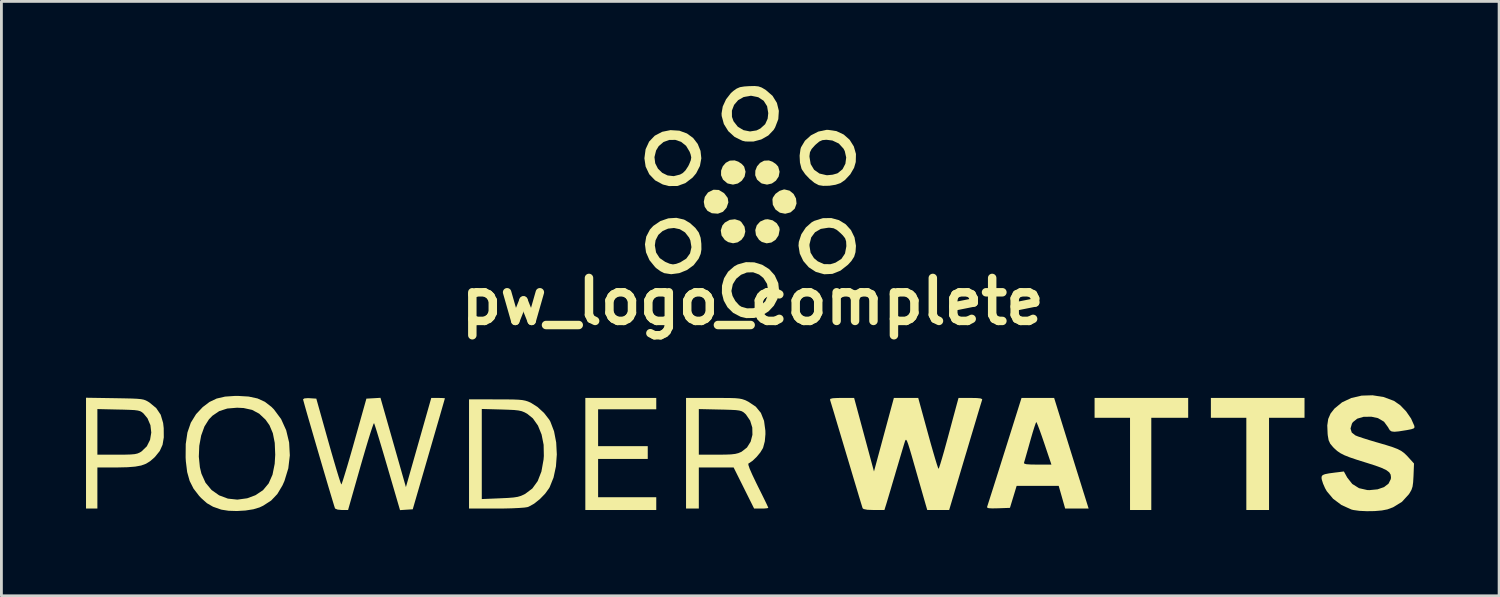
<source format=kicad_pcb>
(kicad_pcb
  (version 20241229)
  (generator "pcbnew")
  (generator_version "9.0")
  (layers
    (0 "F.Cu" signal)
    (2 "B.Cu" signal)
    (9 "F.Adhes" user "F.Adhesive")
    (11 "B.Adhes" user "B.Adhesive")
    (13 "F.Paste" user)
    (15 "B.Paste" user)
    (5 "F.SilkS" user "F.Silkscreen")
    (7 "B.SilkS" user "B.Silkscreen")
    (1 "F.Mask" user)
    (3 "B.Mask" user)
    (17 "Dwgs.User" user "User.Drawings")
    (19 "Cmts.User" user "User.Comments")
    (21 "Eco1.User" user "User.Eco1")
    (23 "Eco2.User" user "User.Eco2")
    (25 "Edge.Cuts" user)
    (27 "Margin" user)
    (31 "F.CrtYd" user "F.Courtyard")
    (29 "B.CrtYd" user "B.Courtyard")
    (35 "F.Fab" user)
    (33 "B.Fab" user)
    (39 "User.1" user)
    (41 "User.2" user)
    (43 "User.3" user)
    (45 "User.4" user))
  (footprint "pw_logo_complete"
    (layer "F.Cu")
    (at 23.64 7.64)
    (property "Reference" "pw_logo_complete" (at 0 0 0) (layer "F.SilkS") (effects (font (size 1.524 1.524) (thickness 0.3))))
    (attr board_only exclude_from_pos_files exclude_from_bom)
    (fp_poly (pts (xy 15.441 4.124) (xy 14.133 4.124) (xy 14.133 7.394) (xy 13.379 7.394) (xy 13.379 4.124) (xy 12.122 4.124) (xy 12.122 3.42) (xy 15.441 3.42)) (stroke (width 0) (type solid)) (fill yes) (layer "F.SilkS"))
    (fp_poly (pts (xy 19.566 4.124) (xy 18.308 4.124) (xy 18.308 7.394) (xy 17.503 7.394) (xy 17.503 4.124) (xy 16.246 4.124) (xy 16.246 3.42) (xy 19.566 3.42)) (stroke (width 0) (type solid)) (fill yes) (layer "F.SilkS"))
    (fp_poly (pts (xy -3.42 3.823) (xy -5.482 3.823) (xy -5.482 5.13) (xy -3.722 5.13) (xy -3.722 5.583) (xy -5.482 5.583) (xy -5.482 6.941) (xy -3.42 6.941) (xy -3.42 7.394) (xy -5.935 7.394) (xy -5.935 3.42) (xy -3.42 3.42)) (stroke (width 0) (type solid)) (fill yes) (layer "F.SilkS"))
    (fp_poly (pts (xy -0.463 -2.864) (xy -0.404 -2.818) (xy -0.291 -2.651) (xy -0.262 -2.48) (xy -0.303 -2.32) (xy -0.398 -2.187) (xy -0.535 -2.096) (xy -0.697 -2.064) (xy -0.871 -2.105) (xy -0.988 -2.181) (xy -1.104 -2.339) (xy -1.133 -2.52) (xy -1.075 -2.696) (xy -0.988 -2.798) (xy -0.817 -2.893) (xy -0.631 -2.915)) (stroke (width 0) (type solid)) (fill yes) (layer "F.SilkS"))
    (fp_poly (pts (xy 0.707 -2.877) (xy 0.853 -2.773) (xy 0.941 -2.63) (xy 0.956 -2.545) (xy 0.916 -2.343) (xy 0.812 -2.188) (xy 0.664 -2.091) (xy 0.494 -2.062) (xy 0.323 -2.111) (xy 0.224 -2.186) (xy 0.115 -2.353) (xy 0.091 -2.532) (xy 0.143 -2.699) (xy 0.261 -2.832) (xy 0.435 -2.908) (xy 0.533 -2.917)) (stroke (width 0) (type solid)) (fill yes) (layer "F.SilkS"))
    (fp_poly (pts (xy 1.308 -3.929) (xy 1.449 -3.814) (xy 1.535 -3.653) (xy 1.554 -3.472) (xy 1.492 -3.297) (xy 1.485 -3.286) (xy 1.339 -3.158) (xy 1.152 -3.111) (xy 0.963 -3.148) (xy 0.806 -3.262) (xy 0.713 -3.429) (xy 0.699 -3.617) (xy 0.715 -3.682) (xy 0.805 -3.815) (xy 0.951 -3.922) (xy 1.108 -3.973) (xy 1.127 -3.973)) (stroke (width 0) (type solid)) (fill yes) (layer "F.SilkS"))
    (fp_poly (pts (xy -1.203 -3.954) (xy -1.025 -3.848) (xy -1.002 -3.826) (xy -0.886 -3.671) (xy -0.863 -3.513) (xy -0.927 -3.327) (xy -0.929 -3.323) (xy -1.054 -3.181) (xy -1.234 -3.113) (xy -1.448 -3.129) (xy -1.45 -3.129) (xy -1.606 -3.216) (xy -1.703 -3.359) (xy -1.735 -3.532) (xy -1.699 -3.708) (xy -1.59 -3.859) (xy -1.572 -3.874) (xy -1.389 -3.963)) (stroke (width 0) (type solid)) (fill yes) (layer "F.SilkS"))
    (fp_poly (pts (xy -0.508 -4.957) (xy -0.386 -4.874) (xy -0.304 -4.783) (xy -0.303 -4.781) (xy -0.254 -4.6) (xy -0.287 -4.429) (xy -0.385 -4.284) (xy -0.528 -4.183) (xy -0.7 -4.144) (xy -0.882 -4.183) (xy -0.911 -4.198) (xy -1.055 -4.323) (xy -1.122 -4.476) (xy -1.121 -4.639) (xy -1.062 -4.793) (xy -0.956 -4.917) (xy -0.813 -4.994) (xy -0.642 -5.003)) (stroke (width 0) (type solid)) (fill yes) (layer "F.SilkS"))
    (fp_poly (pts (xy 0.7 -4.957) (xy 0.821 -4.874) (xy 0.903 -4.783) (xy 0.904 -4.781) (xy 0.953 -4.6) (xy 0.92 -4.429) (xy 0.823 -4.284) (xy 0.679 -4.183) (xy 0.507 -4.144) (xy 0.325 -4.183) (xy 0.295 -4.199) (xy 0.153 -4.322) (xy 0.089 -4.475) (xy 0.093 -4.638) (xy 0.153 -4.791) (xy 0.26 -4.915) (xy 0.403 -4.992) (xy 0.572 -5.001)) (stroke (width 0) (type solid)) (fill yes) (layer "F.SilkS"))
    (fp_poly (pts (xy -2.602 -6.056) (xy -2.332 -5.958) (xy -2.112 -5.797) (xy -1.95 -5.586) (xy -1.851 -5.341) (xy -1.822 -5.076) (xy -1.872 -4.805) (xy -2.005 -4.544) (xy -2.131 -4.394) (xy -2.39 -4.196) (xy -2.672 -4.095) (xy -2.973 -4.093) (xy -3.187 -4.148) (xy -3.461 -4.295) (xy -3.668 -4.511) (xy -3.797 -4.783) (xy -3.841 -5.08) (xy -3.835 -5.119) (xy -3.484 -5.119) (xy -3.457 -4.9) (xy -3.36 -4.71) (xy -3.209 -4.562) (xy -3.018 -4.469) (xy -2.802 -4.444) (xy -2.578 -4.5) (xy -2.48 -4.554) (xy -2.384 -4.649) (xy -2.288 -4.795) (xy -2.254 -4.863) (xy -2.196 -5.007) (xy -2.179 -5.108) (xy -2.203 -5.218) (xy -2.237 -5.31) (xy -2.363 -5.52) (xy -2.539 -5.66) (xy -2.744 -5.73) (xy -2.959 -5.728) (xy -3.163 -5.654) (xy -3.334 -5.507) (xy -3.426 -5.355) (xy -3.484 -5.119) (xy -3.835 -5.119) (xy -3.798 -5.399) (xy -3.673 -5.669) (xy -3.474 -5.878) (xy -3.209 -6.017) (xy -2.915 -6.076)) (stroke (width 0) (type solid)) (fill yes) (layer "F.SilkS"))
    (fp_poly (pts (xy 0.055 -1.388) (xy 0.335 -1.302) (xy 0.583 -1.147) (xy 0.779 -0.93) (xy 0.903 -0.66) (xy 0.907 -0.649) (xy 0.937 -0.363) (xy 0.88 -0.092) (xy 0.75 0.15) (xy 0.561 0.351) (xy 0.326 0.5) (xy 0.059 0.584) (xy -0.226 0.59) (xy -0.428 0.543) (xy -0.694 0.404) (xy -0.894 0.206) (xy -1.027 -0.032) (xy -1.093 -0.295) (xy -1.092 -0.364) (xy -0.754 -0.364) (xy -0.715 -0.195) (xy -0.615 -0.015) (xy -0.481 0.133) (xy -0.401 0.187) (xy -0.201 0.243) (xy 0.025 0.239) (xy 0.229 0.179) (xy 0.273 0.154) (xy 0.448 -0.009) (xy 0.536 -0.214) (xy 0.551 -0.367) (xy 0.509 -0.624) (xy 0.378 -0.833) (xy 0.226 -0.956) (xy 0.013 -1.035) (xy -0.206 -1.029) (xy -0.412 -0.948) (xy -0.585 -0.806) (xy -0.705 -0.613) (xy -0.754 -0.382) (xy -0.754 -0.364) (xy -1.092 -0.364) (xy -1.089 -0.564) (xy -1.016 -0.824) (xy -0.873 -1.056) (xy -0.657 -1.245) (xy -0.53 -1.314) (xy -0.24 -1.395)) (stroke (width 0) (type solid)) (fill yes) (layer "F.SilkS"))
    (fp_poly (pts (xy -2.434 -2.904) (xy -2.228 -2.784) (xy -2.034 -2.609) (xy -1.913 -2.445) (xy -1.847 -2.26) (xy -1.822 -2.049) (xy -1.819 -1.844) (xy -1.845 -1.689) (xy -1.91 -1.535) (xy -1.924 -1.509) (xy -2.095 -1.286) (xy -2.331 -1.115) (xy -2.605 -1.005) (xy -2.891 -0.967) (xy -3.139 -1.005) (xy -3.266 -1.069) (xy -3.411 -1.174) (xy -3.459 -1.217) (xy -3.662 -1.467) (xy -3.783 -1.742) (xy -3.816 -1.989) (xy -3.47 -1.989) (xy -3.427 -1.737) (xy -3.3 -1.54) (xy -3.103 -1.405) (xy -2.943 -1.338) (xy -2.829 -1.315) (xy -2.714 -1.334) (xy -2.567 -1.388) (xy -2.356 -1.52) (xy -2.222 -1.705) (xy -2.172 -1.926) (xy -2.211 -2.165) (xy -2.255 -2.264) (xy -2.4 -2.45) (xy -2.586 -2.563) (xy -2.792 -2.606) (xy -3.001 -2.583) (xy -3.192 -2.5) (xy -3.347 -2.361) (xy -3.445 -2.169) (xy -3.47 -1.989) (xy -3.816 -1.989) (xy -3.821 -2.026) (xy -3.775 -2.301) (xy -3.645 -2.55) (xy -3.526 -2.68) (xy -3.273 -2.852) (xy -2.992 -2.948) (xy -2.705 -2.966)) (stroke (width 0) (type solid)) (fill yes) (layer "F.SilkS"))
    (fp_poly (pts (xy 0.201 -7.627) (xy 0.316 -7.587) (xy 0.448 -7.51) (xy 0.463 -7.5) (xy 0.702 -7.293) (xy 0.858 -7.041) (xy 0.927 -6.759) (xy 0.907 -6.464) (xy 0.794 -6.17) (xy 0.74 -6.081) (xy 0.552 -5.885) (xy 0.303 -5.745) (xy 0.025 -5.671) (xy -0.255 -5.673) (xy -0.366 -5.699) (xy -0.641 -5.834) (xy -0.865 -6.038) (xy -1.023 -6.292) (xy -1.1 -6.576) (xy -1.105 -6.666) (xy -1.088 -6.767) (xy -0.738 -6.767) (xy -0.736 -6.546) (xy -0.68 -6.39) (xy -0.529 -6.197) (xy -0.327 -6.075) (xy -0.096 -6.029) (xy 0.137 -6.066) (xy 0.273 -6.134) (xy 0.442 -6.287) (xy 0.53 -6.482) (xy 0.551 -6.679) (xy 0.51 -6.924) (xy 0.389 -7.116) (xy 0.199 -7.242) (xy -0.048 -7.293) (xy -0.075 -7.293) (xy -0.318 -7.251) (xy -0.517 -7.138) (xy -0.661 -6.97) (xy -0.738 -6.767) (xy -1.088 -6.767) (xy -1.063 -6.914) (xy -0.946 -7.167) (xy -0.772 -7.391) (xy -0.688 -7.465) (xy -0.569 -7.549) (xy -0.452 -7.599) (xy -0.3 -7.624) (xy -0.135 -7.635) (xy 0.064 -7.64)) (stroke (width 0) (type solid)) (fill yes) (layer "F.SilkS"))
    (fp_poly (pts (xy 3.058 -2.884) (xy 3.296 -2.738) (xy 3.484 -2.531) (xy 3.61 -2.273) (xy 3.661 -1.974) (xy 3.645 -1.748) (xy 3.597 -1.587) (xy 3.498 -1.434) (xy 3.376 -1.301) (xy 3.11 -1.092) (xy 2.827 -0.979) (xy 2.535 -0.965) (xy 2.238 -1.049) (xy 2.238 -1.049) (xy 1.988 -1.212) (xy 1.794 -1.435) (xy 1.669 -1.698) (xy 1.625 -1.972) (xy 2.013 -1.972) (xy 2.052 -1.729) (xy 2.172 -1.536) (xy 2.309 -1.422) (xy 2.527 -1.325) (xy 2.758 -1.322) (xy 2.936 -1.377) (xy 3.145 -1.51) (xy 3.272 -1.7) (xy 3.319 -1.95) (xy 3.32 -1.976) (xy 3.312 -2.131) (xy 3.276 -2.241) (xy 3.193 -2.346) (xy 3.116 -2.422) (xy 2.982 -2.538) (xy 2.868 -2.596) (xy 2.733 -2.615) (xy 2.679 -2.615) (xy 2.416 -2.574) (xy 2.211 -2.456) (xy 2.074 -2.272) (xy 2.014 -2.029) (xy 2.013 -1.972) (xy 1.625 -1.972) (xy 1.624 -1.978) (xy 1.635 -2.114) (xy 1.724 -2.384) (xy 1.885 -2.626) (xy 2.095 -2.811) (xy 2.181 -2.858) (xy 2.487 -2.954) (xy 2.784 -2.959)) (stroke (width 0) (type solid)) (fill yes) (layer "F.SilkS"))
    (fp_poly (pts (xy -22.621 3.429) (xy -22.277 3.435) (xy -22.017 3.441) (xy -21.827 3.45) (xy -21.69 3.463) (xy -21.592 3.482) (xy -21.516 3.51) (xy -21.447 3.547) (xy -21.389 3.584) (xy -21.15 3.781) (xy -20.992 4.016) (xy -20.906 4.307) (xy -20.885 4.49) (xy -20.882 4.82) (xy -20.926 5.082) (xy -21.025 5.301) (xy -21.187 5.502) (xy -21.224 5.54) (xy -21.365 5.662) (xy -21.512 5.753) (xy -21.683 5.816) (xy -21.895 5.855) (xy -22.168 5.877) (xy -22.518 5.885) (xy -22.611 5.885) (xy -23.237 5.885) (xy -23.237 7.343) (xy -23.64 7.343) (xy -23.64 3.815) (xy -23.237 3.815) (xy -23.237 5.432) (xy -22.541 5.432) (xy -22.258 5.431) (xy -22.056 5.425) (xy -21.916 5.413) (xy -21.816 5.391) (xy -21.737 5.357) (xy -21.673 5.318) (xy -21.485 5.137) (xy -21.369 4.906) (xy -21.326 4.648) (xy -21.356 4.386) (xy -21.461 4.141) (xy -21.6 3.973) (xy -21.657 3.925) (xy -21.719 3.89) (xy -21.802 3.867) (xy -21.926 3.851) (xy -22.107 3.842) (xy -22.363 3.834) (xy -22.487 3.832) (xy -23.237 3.815) (xy -23.64 3.815) (xy -23.64 3.413)) (stroke (width 0) (type solid)) (fill yes) (layer "F.SilkS"))
    (fp_poly (pts (xy 2.967 -6.042) (xy 3.228 -5.919) (xy 3.437 -5.733) (xy 3.585 -5.498) (xy 3.661 -5.231) (xy 3.654 -4.945) (xy 3.594 -4.739) (xy 3.459 -4.508) (xy 3.272 -4.308) (xy 3.114 -4.198) (xy 2.939 -4.139) (xy 2.717 -4.104) (xy 2.497 -4.1) (xy 2.343 -4.124) (xy 2.19 -4.205) (xy 2.019 -4.345) (xy 1.861 -4.512) (xy 1.746 -4.678) (xy 1.729 -4.714) (xy 1.675 -4.924) (xy 1.665 -5.131) (xy 2.012 -5.131) (xy 2.055 -4.873) (xy 2.176 -4.671) (xy 2.365 -4.537) (xy 2.613 -4.479) (xy 2.656 -4.478) (xy 2.832 -4.495) (xy 2.992 -4.54) (xy 3.019 -4.553) (xy 3.186 -4.691) (xy 3.286 -4.884) (xy 3.315 -5.105) (xy 3.265 -5.33) (xy 3.221 -5.417) (xy 3.053 -5.601) (xy 2.825 -5.708) (xy 2.612 -5.734) (xy 2.471 -5.721) (xy 2.358 -5.67) (xy 2.231 -5.562) (xy 2.207 -5.539) (xy 2.088 -5.406) (xy 2.03 -5.294) (xy 2.012 -5.16) (xy 2.012 -5.131) (xy 1.665 -5.131) (xy 1.663 -5.172) (xy 1.694 -5.403) (xy 1.713 -5.467) (xy 1.852 -5.7) (xy 2.064 -5.891) (xy 2.324 -6.024) (xy 2.609 -6.084) (xy 2.666 -6.086)) (stroke (width 0) (type solid)) (fill yes) (layer "F.SilkS"))
    (fp_poly (pts (xy 11.13 4.841) (xy 11.252 5.234) (xy 11.374 5.625) (xy 11.489 5.995) (xy 11.593 6.326) (xy 11.678 6.599) (xy 11.739 6.796) (xy 11.742 6.803) (xy 11.911 7.343) (xy 11.079 7.343) (xy 10.965 6.941) (xy 10.85 6.539) (xy 9.358 6.539) (xy 9.24 6.928) (xy 9.121 7.318) (xy 8.704 7.333) (xy 8.493 7.337) (xy 8.368 7.33) (xy 8.314 7.309) (xy 8.311 7.283) (xy 8.331 7.222) (xy 8.378 7.075) (xy 8.448 6.855) (xy 8.539 6.57) (xy 8.646 6.232) (xy 8.766 5.852) (xy 8.807 5.721) (xy 9.618 5.721) (xy 9.633 5.751) (xy 9.711 5.771) (xy 9.866 5.781) (xy 10.094 5.784) (xy 10.592 5.784) (xy 10.338 5.03) (xy 10.25 4.773) (xy 10.172 4.554) (xy 10.109 4.389) (xy 10.068 4.293) (xy 10.056 4.275) (xy 10.033 4.321) (xy 9.989 4.447) (xy 9.93 4.635) (xy 9.862 4.868) (xy 9.834 4.967) (xy 9.763 5.22) (xy 9.7 5.44) (xy 9.652 5.609) (xy 9.623 5.707) (xy 9.618 5.721) (xy 8.807 5.721) (xy 8.896 5.439) (xy 8.934 5.319) (xy 9.531 3.421) (xy 10.11 3.421) (xy 10.688 3.42)) (stroke (width 0) (type solid)) (fill yes) (layer "F.SilkS"))
    (fp_poly (pts (xy -9.091 3.471) (xy -8.752 3.472) (xy -8.496 3.475) (xy -8.307 3.483) (xy -8.168 3.496) (xy -8.061 3.517) (xy -7.969 3.546) (xy -7.876 3.587) (xy -7.871 3.589) (xy -7.631 3.74) (xy -7.4 3.952) (xy -7.216 4.189) (xy -7.174 4.262) (xy -7.044 4.604) (xy -6.968 5.001) (xy -6.946 5.424) (xy -6.977 5.848) (xy -7.062 6.243) (xy -7.199 6.583) (xy -7.221 6.622) (xy -7.363 6.818) (xy -7.549 7.009) (xy -7.751 7.17) (xy -7.941 7.275) (xy -7.991 7.292) (xy -8.099 7.308) (xy -8.288 7.322) (xy -8.538 7.334) (xy -8.829 7.341) (xy -9.116 7.343) (xy -10.059 7.343) (xy -10.059 3.811) (xy -9.607 3.811) (xy -9.607 7.006) (xy -8.958 6.979) (xy -8.681 6.966) (xy -8.481 6.95) (xy -8.334 6.927) (xy -8.218 6.893) (xy -8.108 6.843) (xy -8.065 6.82) (xy -7.814 6.631) (xy -7.624 6.368) (xy -7.492 6.029) (xy -7.417 5.61) (xy -7.406 5.478) (xy -7.414 5.082) (xy -7.486 4.718) (xy -7.615 4.4) (xy -7.795 4.145) (xy -7.996 3.982) (xy -8.095 3.928) (xy -8.191 3.89) (xy -8.306 3.865) (xy -8.46 3.848) (xy -8.676 3.838) (xy -8.915 3.83) (xy -9.607 3.811) (xy -10.059 3.811) (xy -10.059 3.47)) (stroke (width 0) (type solid)) (fill yes) (layer "F.SilkS"))
    (fp_poly (pts (xy -1.056 3.421) (xy -0.804 3.423) (xy -0.618 3.429) (xy -0.481 3.442) (xy -0.377 3.462) (xy -0.289 3.491) (xy -0.199 3.532) (xy -0.147 3.559) (xy 0.109 3.73) (xy 0.29 3.951) (xy 0.402 4.232) (xy 0.449 4.582) (xy 0.451 4.703) (xy 0.429 4.957) (xy 0.371 5.177) (xy 0.359 5.206) (xy 0.268 5.355) (xy 0.138 5.512) (xy -0.004 5.648) (xy -0.13 5.734) (xy -0.152 5.743) (xy -0.154 5.795) (xy -0.108 5.931) (xy -0.013 6.147) (xy 0.128 6.442) (xy 0.17 6.527) (xy 0.296 6.78) (xy 0.405 7.001) (xy 0.489 7.174) (xy 0.54 7.285) (xy 0.553 7.318) (xy 0.508 7.332) (xy 0.392 7.342) (xy 0.302 7.343) (xy 0.05 7.343) (xy -0.677 5.885) (xy -1.911 5.885) (xy -1.911 7.343) (xy -2.364 7.343) (xy -2.364 3.815) (xy -1.911 3.815) (xy -1.911 5.432) (xy -1.255 5.432) (xy -0.973 5.43) (xy -0.769 5.422) (xy -0.622 5.405) (xy -0.509 5.377) (xy -0.41 5.335) (xy -0.397 5.329) (xy -0.203 5.178) (xy -0.073 4.97) (xy -0.01 4.727) (xy -0.015 4.471) (xy -0.091 4.225) (xy -0.239 4.008) (xy -0.274 3.973) (xy -0.331 3.925) (xy -0.393 3.89) (xy -0.476 3.867) (xy -0.6 3.851) (xy -0.781 3.842) (xy -1.038 3.834) (xy -1.161 3.832) (xy -1.911 3.815) (xy -2.364 3.815) (xy -2.364 3.42) (xy -1.392 3.42)) (stroke (width 0) (type solid)) (fill yes) (layer "F.SilkS"))
    (fp_poly (pts (xy -17.873 3.371) (xy -17.56 3.438) (xy -17.297 3.558) (xy -17.064 3.738) (xy -16.977 3.826) (xy -16.722 4.17) (xy -16.542 4.567) (xy -16.438 5.001) (xy -16.413 5.456) (xy -16.467 5.916) (xy -16.604 6.365) (xy -16.675 6.523) (xy -16.856 6.827) (xy -17.075 7.058) (xy -17.356 7.24) (xy -17.486 7.302) (xy -17.705 7.368) (xy -17.985 7.412) (xy -18.291 7.43) (xy -18.586 7.421) (xy -18.832 7.383) (xy -18.861 7.375) (xy -19.136 7.278) (xy -19.354 7.152) (xy -19.556 6.971) (xy -19.632 6.89) (xy -19.827 6.637) (xy -19.965 6.364) (xy -20.053 6.05) (xy -20.1 5.67) (xy -20.108 5.536) (xy -20.108 5.502) (xy -19.64 5.502) (xy -19.602 5.88) (xy -19.548 6.105) (xy -19.403 6.426) (xy -19.189 6.684) (xy -18.92 6.874) (xy -18.61 6.99) (xy -18.273 7.026) (xy -17.923 6.978) (xy -17.633 6.87) (xy -17.365 6.692) (xy -17.164 6.451) (xy -17.027 6.141) (xy -16.95 5.757) (xy -16.931 5.432) (xy -16.948 5.015) (xy -17.015 4.672) (xy -17.135 4.388) (xy -17.275 4.19) (xy -17.499 3.979) (xy -17.752 3.844) (xy -18.054 3.778) (xy -18.283 3.767) (xy -18.632 3.796) (xy -18.917 3.888) (xy -19.157 4.051) (xy -19.281 4.179) (xy -19.441 4.433) (xy -19.557 4.754) (xy -19.624 5.118) (xy -19.64 5.502) (xy -20.108 5.502) (xy -20.104 5.055) (xy -20.044 4.647) (xy -19.924 4.298) (xy -19.738 3.996) (xy -19.503 3.746) (xy -19.264 3.564) (xy -19.008 3.442) (xy -18.71 3.373) (xy -18.348 3.348) (xy -18.258 3.348)) (stroke (width 0) (type solid)) (fill yes) (layer "F.SilkS"))
    (fp_poly (pts (xy -12.748 4.999) (xy -12.297 6.582) (xy -11.398 3.42) (xy -11.156 3.42) (xy -11.016 3.423) (xy -10.929 3.429) (xy -10.915 3.433) (xy -10.928 3.482) (xy -10.967 3.618) (xy -11.028 3.83) (xy -11.108 4.108) (xy -11.205 4.441) (xy -11.315 4.82) (xy -11.435 5.234) (xy -11.485 5.407) (xy -12.055 7.369) (xy -12.28 7.383) (xy -12.506 7.398) (xy -12.951 5.875) (xy -13.061 5.5) (xy -13.163 5.156) (xy -13.254 4.855) (xy -13.329 4.609) (xy -13.386 4.43) (xy -13.42 4.33) (xy -13.428 4.313) (xy -13.449 4.35) (xy -13.493 4.473) (xy -13.558 4.671) (xy -13.639 4.932) (xy -13.733 5.246) (xy -13.837 5.602) (xy -13.904 5.834) (xy -14.348 7.394) (xy -14.569 7.394) (xy -14.719 7.38) (xy -14.805 7.344) (xy -14.813 7.331) (xy -14.84 7.249) (xy -14.889 7.087) (xy -14.958 6.858) (xy -15.043 6.575) (xy -15.139 6.249) (xy -15.244 5.894) (xy -15.353 5.522) (xy -15.463 5.146) (xy -15.57 4.779) (xy -15.67 4.434) (xy -15.761 4.122) (xy -15.837 3.857) (xy -15.895 3.651) (xy -15.932 3.517) (xy -15.944 3.468) (xy -15.898 3.437) (xy -15.772 3.427) (xy -15.709 3.43) (xy -15.474 3.445) (xy -15.047 4.967) (xy -14.941 5.34) (xy -14.842 5.68) (xy -14.755 5.975) (xy -14.682 6.214) (xy -14.627 6.385) (xy -14.594 6.476) (xy -14.586 6.488) (xy -14.565 6.442) (xy -14.521 6.31) (xy -14.457 6.104) (xy -14.376 5.836) (xy -14.283 5.518) (xy -14.18 5.16) (xy -14.126 4.967) (xy -13.698 3.445) (xy -13.448 3.431) (xy -13.199 3.416)) (stroke (width 0) (type solid)) (fill yes) (layer "F.SilkS"))
    (fp_poly (pts (xy 7.947 3.424) (xy 8.077 3.437) (xy 8.133 3.461) (xy 8.136 3.483) (xy 8.117 3.544) (xy 8.072 3.69) (xy 8.005 3.911) (xy 7.92 4.197) (xy 7.818 4.537) (xy 7.703 4.92) (xy 7.58 5.335) (xy 7.539 5.469) (xy 6.966 7.393) (xy 6.189 7.394) (xy 6.105 7.104) (xy 6.065 6.966) (xy 6.004 6.752) (xy 5.926 6.481) (xy 5.838 6.173) (xy 5.746 5.85) (xy 5.734 5.81) (xy 5.639 5.476) (xy 5.566 5.229) (xy 5.512 5.058) (xy 5.473 4.954) (xy 5.445 4.907) (xy 5.423 4.907) (xy 5.404 4.943) (xy 5.392 4.98) (xy 5.36 5.083) (xy 5.306 5.263) (xy 5.234 5.504) (xy 5.151 5.786) (xy 5.06 6.091) (xy 5.055 6.111) (xy 4.964 6.416) (xy 4.881 6.699) (xy 4.809 6.94) (xy 4.755 7.122) (xy 4.723 7.226) (xy 4.721 7.23) (xy 4.67 7.394) (xy 4.295 7.394) (xy 4.067 7.386) (xy 3.936 7.361) (xy 3.897 7.331) (xy 3.878 7.27) (xy 3.833 7.124) (xy 3.766 6.903) (xy 3.681 6.618) (xy 3.579 6.28) (xy 3.466 5.9) (xy 3.343 5.489) (xy 3.318 5.407) (xy 3.194 4.991) (xy 3.078 4.604) (xy 2.974 4.257) (xy 2.886 3.961) (xy 2.815 3.727) (xy 2.766 3.566) (xy 2.742 3.488) (xy 2.741 3.483) (xy 2.757 3.451) (xy 2.839 3.431) (xy 3 3.422) (xy 3.158 3.42) (xy 3.596 3.421) (xy 4.3 6.028) (xy 4.652 4.724) (xy 5.005 3.421) (xy 5.437 3.42) (xy 5.869 3.42) (xy 6.214 4.678) (xy 6.307 5.016) (xy 6.394 5.319) (xy 6.469 5.576) (xy 6.529 5.772) (xy 6.571 5.896) (xy 6.589 5.935) (xy 6.61 5.889) (xy 6.653 5.759) (xy 6.713 5.559) (xy 6.787 5.303) (xy 6.869 5.005) (xy 6.914 4.841) (xy 7.002 4.515) (xy 7.083 4.212) (xy 7.154 3.95) (xy 7.209 3.745) (xy 7.245 3.613) (xy 7.253 3.584) (xy 7.298 3.42) (xy 7.728 3.42)) (stroke (width 0) (type solid)) (fill yes) (layer "F.SilkS"))
    (fp_poly (pts (xy 22.368 3.387) (xy 22.738 3.525) (xy 22.957 3.676) (xy 23.168 3.895) (xy 23.344 4.15) (xy 23.458 4.406) (xy 23.467 4.463) (xy 23.437 4.501) (xy 23.351 4.53) (xy 23.188 4.562) (xy 23.141 4.569) (xy 22.908 4.606) (xy 22.753 4.62) (xy 22.655 4.608) (xy 22.593 4.568) (xy 22.547 4.495) (xy 22.533 4.466) (xy 22.386 4.264) (xy 22.17 4.136) (xy 21.939 4.086) (xy 21.66 4.09) (xy 21.436 4.155) (xy 21.282 4.278) (xy 21.247 4.332) (xy 21.197 4.506) (xy 21.241 4.647) (xy 21.367 4.747) (xy 21.465 4.787) (xy 21.638 4.845) (xy 21.861 4.915) (xy 22.112 4.99) (xy 22.152 5.001) (xy 22.463 5.092) (xy 22.695 5.166) (xy 22.867 5.232) (xy 22.996 5.299) (xy 23.101 5.376) (xy 23.201 5.472) (xy 23.258 5.535) (xy 23.448 5.745) (xy 23.431 6.184) (xy 23.418 6.408) (xy 23.397 6.563) (xy 23.358 6.681) (xy 23.293 6.795) (xy 23.263 6.839) (xy 23.02 7.105) (xy 22.707 7.297) (xy 22.505 7.372) (xy 22.309 7.41) (xy 22.054 7.432) (xy 21.778 7.436) (xy 21.514 7.424) (xy 21.297 7.394) (xy 21.225 7.375) (xy 20.876 7.217) (xy 20.58 6.996) (xy 20.355 6.727) (xy 20.295 6.621) (xy 20.224 6.46) (xy 20.179 6.318) (xy 20.169 6.256) (xy 20.177 6.197) (xy 20.212 6.155) (xy 20.293 6.123) (xy 20.435 6.095) (xy 20.658 6.065) (xy 20.704 6.06) (xy 20.962 6.028) (xy 21.081 6.244) (xy 21.26 6.471) (xy 21.499 6.62) (xy 21.79 6.686) (xy 21.868 6.689) (xy 22.156 6.661) (xy 22.386 6.582) (xy 22.546 6.458) (xy 22.626 6.296) (xy 22.632 6.232) (xy 22.619 6.138) (xy 22.569 6.057) (xy 22.47 5.982) (xy 22.31 5.905) (xy 22.077 5.819) (xy 21.758 5.717) (xy 21.744 5.713) (xy 21.416 5.61) (xy 21.167 5.526) (xy 20.981 5.452) (xy 20.84 5.38) (xy 20.726 5.302) (xy 20.624 5.21) (xy 20.58 5.166) (xy 20.478 5.044) (xy 20.421 4.92) (xy 20.391 4.75) (xy 20.385 4.688) (xy 20.373 4.395) (xy 20.406 4.166) (xy 20.489 3.975) (xy 20.626 3.799) (xy 20.896 3.577) (xy 21.223 3.423) (xy 21.591 3.338) (xy 21.978 3.326)) (stroke (width 0) (type solid)) (fill yes) (layer "F.SilkS")))
  (gr_rect
    (start -3 -3)
    (end 50.106 18.077)
    (stroke (width 0.1) (type default))
    (fill no)
    (layer "Edge.Cuts")))
</source>
